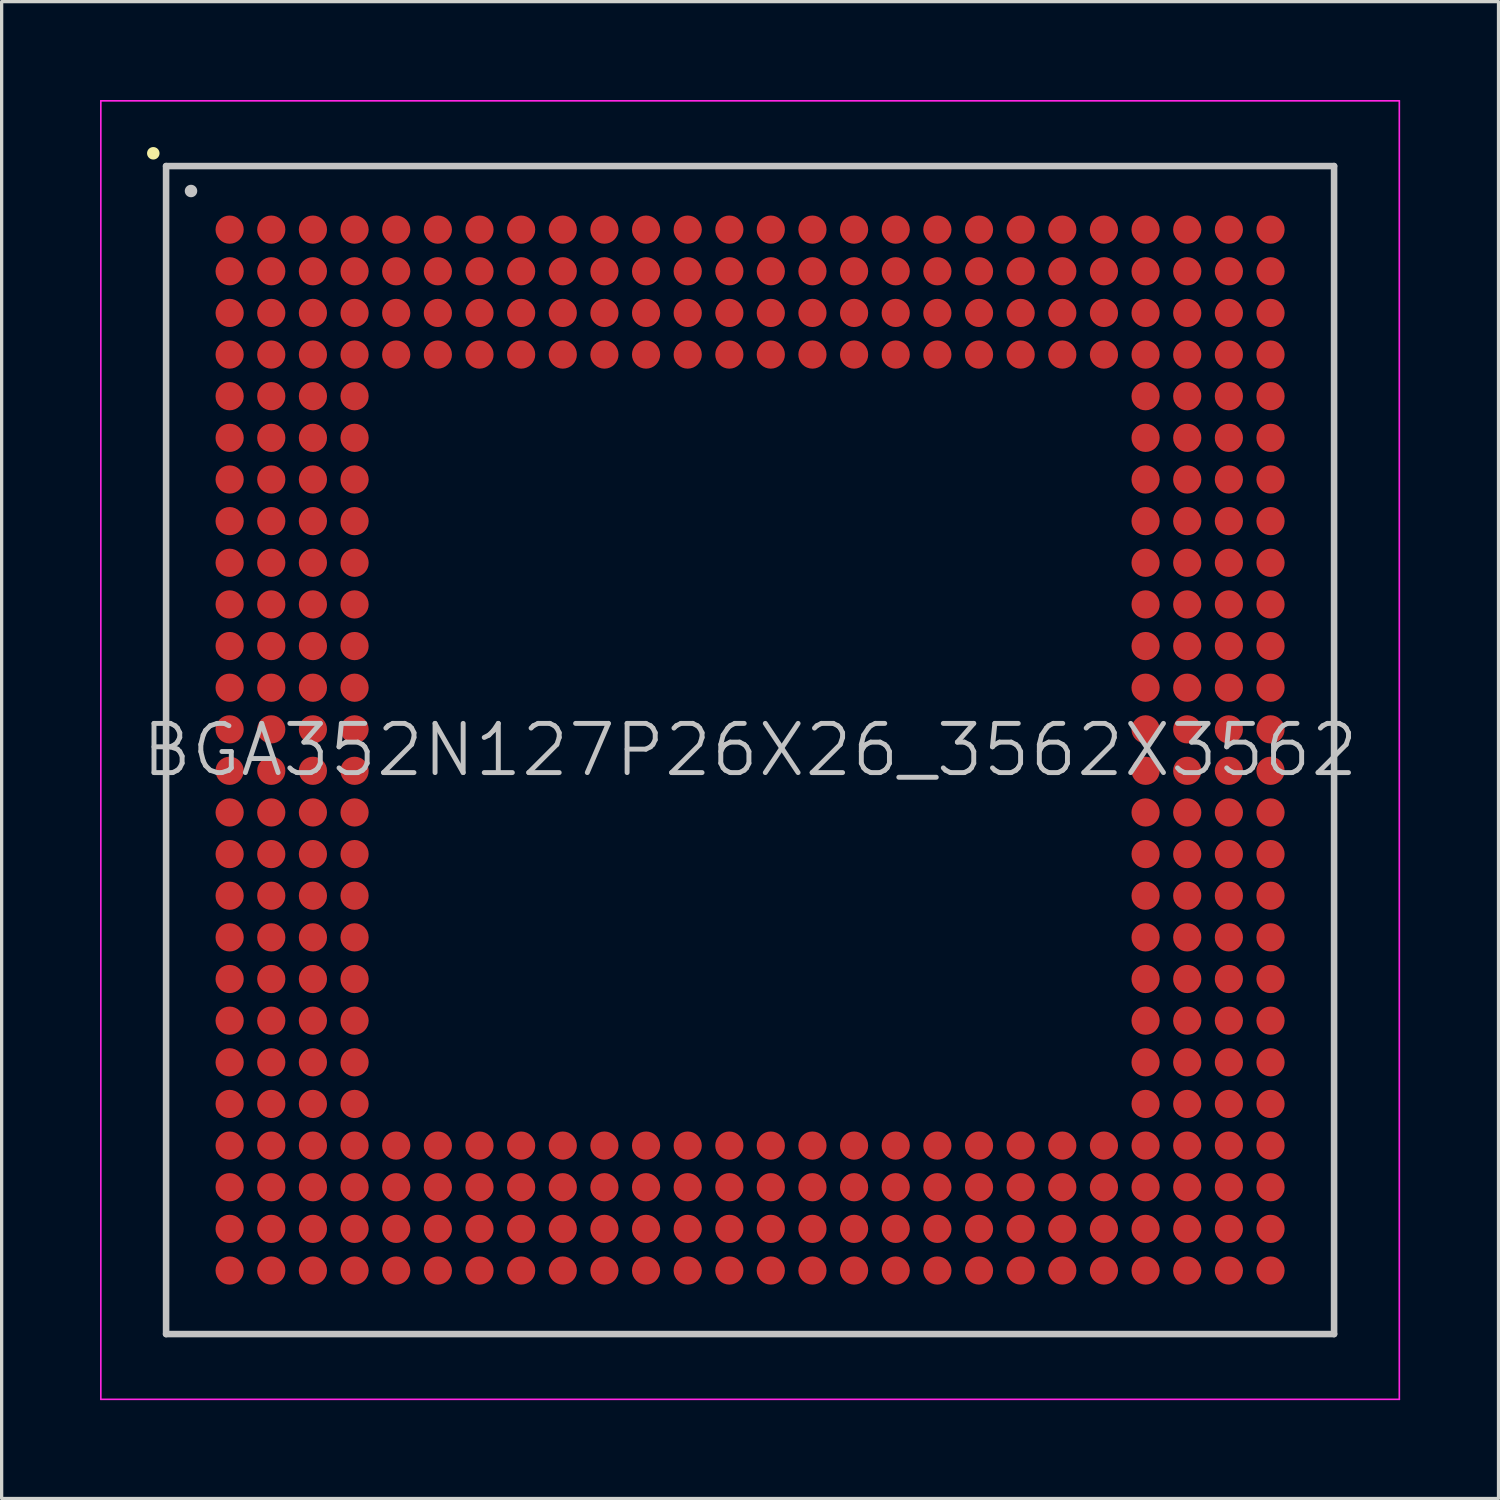
<source format=kicad_pcb>
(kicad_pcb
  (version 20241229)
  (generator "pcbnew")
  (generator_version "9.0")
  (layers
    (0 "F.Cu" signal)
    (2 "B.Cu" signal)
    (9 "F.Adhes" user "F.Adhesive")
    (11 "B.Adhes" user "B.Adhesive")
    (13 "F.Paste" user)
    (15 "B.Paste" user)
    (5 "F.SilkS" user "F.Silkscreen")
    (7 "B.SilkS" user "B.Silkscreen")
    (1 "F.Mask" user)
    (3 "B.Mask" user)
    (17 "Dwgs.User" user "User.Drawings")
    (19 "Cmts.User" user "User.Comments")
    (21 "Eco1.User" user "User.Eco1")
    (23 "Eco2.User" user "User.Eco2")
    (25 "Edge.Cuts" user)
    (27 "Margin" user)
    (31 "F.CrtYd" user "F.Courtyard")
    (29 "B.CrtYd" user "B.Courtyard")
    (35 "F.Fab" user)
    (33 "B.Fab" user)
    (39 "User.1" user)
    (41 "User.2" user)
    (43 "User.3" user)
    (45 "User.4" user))
  (footprint "BGA352N127P26X26_3562X3562"
    (layer "F.Cu")
    (at 19.825 19.825)
    (property "Reference" "BGA352N127P26X26_3562X3562" (at 0 0 0) (layer "Dwgs.User") (effects (font (size 1.5 1.5) (thickness 0.15))))
    (attr smd)
    (fp_line (start -18.2 -18.2) (end -18.2 -18.2) (stroke (width 0.381) (type solid)) (layer "F.SilkS"))
    (fp_line (start -17.81 -17.81) (end -17.81 17.81) (stroke (width 0.2) (type solid)) (layer "Dwgs.User"))
    (fp_line (start -17.81 -17.81) (end 17.81 -17.81) (stroke (width 0.2) (type solid)) (layer "Dwgs.User"))
    (fp_line (start -17.81 17.81) (end 17.81 17.81) (stroke (width 0.2) (type solid)) (layer "Dwgs.User"))
    (fp_line (start -17.05 -17.05) (end -17.05 -17.05) (stroke (width 0.381) (type solid)) (layer "Dwgs.User"))
    (fp_line (start 17.81 -17.81) (end 17.81 17.81) (stroke (width 0.2) (type solid)) (layer "Dwgs.User"))
    (fp_line (start -19.8 -19.8) (end -19.8 19.8) (stroke (width 0.05) (type solid)) (layer "F.CrtYd"))
    (fp_line (start -19.8 -19.8) (end 19.8 -19.8) (stroke (width 0.05) (type solid)) (layer "F.CrtYd"))
    (fp_line (start -19.8 19.8) (end 19.8 19.8) (stroke (width 0.05) (type solid)) (layer "F.CrtYd"))
    (fp_line (start 19.8 -19.8) (end 19.8 19.8) (stroke (width 0.05) (type solid)) (layer "F.CrtYd"))
    (pad "A1" smd circle (at -15.872 -15.872 270) (size 0.86 0.86) (layers "F.Cu" "F.Mask" "F.Paste"))
    (pad "A2" smd circle (at -14.602 -15.872 270) (size 0.86 0.86) (layers "F.Cu" "F.Mask" "F.Paste"))
    (pad "A3" smd circle (at -13.332 -15.872 270) (size 0.86 0.86) (layers "F.Cu" "F.Mask" "F.Paste"))
    (pad "A4" smd circle (at -12.062 -15.872 270) (size 0.86 0.86) (layers "F.Cu" "F.Mask" "F.Paste"))
    (pad "A5" smd circle (at -10.792 -15.872 270) (size 0.86 0.86) (layers "F.Cu" "F.Mask" "F.Paste"))
    (pad "A6" smd circle (at -9.522 -15.872 270) (size 0.86 0.86) (layers "F.Cu" "F.Mask" "F.Paste"))
    (pad "A7" smd circle (at -8.252 -15.872 270) (size 0.86 0.86) (layers "F.Cu" "F.Mask" "F.Paste"))
    (pad "A8" smd circle (at -6.982 -15.872 270) (size 0.86 0.86) (layers "F.Cu" "F.Mask" "F.Paste"))
    (pad "A9" smd circle (at -5.712 -15.872 270) (size 0.86 0.86) (layers "F.Cu" "F.Mask" "F.Paste"))
    (pad "A10" smd circle (at -4.442 -15.872 270) (size 0.86 0.86) (layers "F.Cu" "F.Mask" "F.Paste"))
    (pad "A11" smd circle (at -3.172 -15.872 270) (size 0.86 0.86) (layers "F.Cu" "F.Mask" "F.Paste"))
    (pad "A12" smd circle (at -1.902 -15.872 270) (size 0.86 0.86) (layers "F.Cu" "F.Mask" "F.Paste"))
    (pad "A13" smd circle (at -0.632 -15.872 270) (size 0.86 0.86) (layers "F.Cu" "F.Mask" "F.Paste"))
    (pad "A14" smd circle (at 0.632 -15.872 270) (size 0.86 0.86) (layers "F.Cu" "F.Mask" "F.Paste"))
    (pad "A15" smd circle (at 1.902 -15.872 270) (size 0.86 0.86) (layers "F.Cu" "F.Mask" "F.Paste"))
    (pad "A16" smd circle (at 3.172 -15.872 270) (size 0.86 0.86) (layers "F.Cu" "F.Mask" "F.Paste"))
    (pad "A17" smd circle (at 4.442 -15.872 270) (size 0.86 0.86) (layers "F.Cu" "F.Mask" "F.Paste"))
    (pad "A18" smd circle (at 5.712 -15.872 270) (size 0.86 0.86) (layers "F.Cu" "F.Mask" "F.Paste"))
    (pad "A19" smd circle (at 6.982 -15.872 270) (size 0.86 0.86) (layers "F.Cu" "F.Mask" "F.Paste"))
    (pad "A20" smd circle (at 8.252 -15.872 270) (size 0.86 0.86) (layers "F.Cu" "F.Mask" "F.Paste"))
    (pad "A21" smd circle (at 9.522 -15.872 270) (size 0.86 0.86) (layers "F.Cu" "F.Mask" "F.Paste"))
    (pad "A22" smd circle (at 10.792 -15.872 270) (size 0.86 0.86) (layers "F.Cu" "F.Mask" "F.Paste"))
    (pad "A23" smd circle (at 12.062 -15.872 270) (size 0.86 0.86) (layers "F.Cu" "F.Mask" "F.Paste"))
    (pad "A24" smd circle (at 13.332 -15.872 270) (size 0.86 0.86) (layers "F.Cu" "F.Mask" "F.Paste"))
    (pad "A25" smd circle (at 14.602 -15.872 270) (size 0.86 0.86) (layers "F.Cu" "F.Mask" "F.Paste"))
    (pad "A26" smd circle (at 15.872 -15.872 270) (size 0.86 0.86) (layers "F.Cu" "F.Mask" "F.Paste"))
    (pad "AA1" smd circle (at -15.872 9.522 270) (size 0.86 0.86) (layers "F.Cu" "F.Mask" "F.Paste"))
    (pad "AA2" smd circle (at -14.602 9.522 270) (size 0.86 0.86) (layers "F.Cu" "F.Mask" "F.Paste"))
    (pad "AA3" smd circle (at -13.332 9.522 270) (size 0.86 0.86) (layers "F.Cu" "F.Mask" "F.Paste"))
    (pad "AA4" smd circle (at -12.062 9.522 270) (size 0.86 0.86) (layers "F.Cu" "F.Mask" "F.Paste"))
    (pad "AA23" smd circle (at 12.062 9.522 270) (size 0.86 0.86) (layers "F.Cu" "F.Mask" "F.Paste"))
    (pad "AA24" smd circle (at 13.332 9.522 270) (size 0.86 0.86) (layers "F.Cu" "F.Mask" "F.Paste"))
    (pad "AA25" smd circle (at 14.602 9.522 270) (size 0.86 0.86) (layers "F.Cu" "F.Mask" "F.Paste"))
    (pad "AA26" smd circle (at 15.872 9.522 270) (size 0.86 0.86) (layers "F.Cu" "F.Mask" "F.Paste"))
    (pad "AB1" smd circle (at -15.872 10.792 270) (size 0.86 0.86) (layers "F.Cu" "F.Mask" "F.Paste"))
    (pad "AB2" smd circle (at -14.602 10.792 270) (size 0.86 0.86) (layers "F.Cu" "F.Mask" "F.Paste"))
    (pad "AB3" smd circle (at -13.332 10.792 270) (size 0.86 0.86) (layers "F.Cu" "F.Mask" "F.Paste"))
    (pad "AB4" smd circle (at -12.062 10.792 270) (size 0.86 0.86) (layers "F.Cu" "F.Mask" "F.Paste"))
    (pad "AB23" smd circle (at 12.062 10.792 270) (size 0.86 0.86) (layers "F.Cu" "F.Mask" "F.Paste"))
    (pad "AB24" smd circle (at 13.332 10.792 270) (size 0.86 0.86) (layers "F.Cu" "F.Mask" "F.Paste"))
    (pad "AB25" smd circle (at 14.602 10.792 270) (size 0.86 0.86) (layers "F.Cu" "F.Mask" "F.Paste"))
    (pad "AB26" smd circle (at 15.872 10.792 270) (size 0.86 0.86) (layers "F.Cu" "F.Mask" "F.Paste"))
    (pad "AC1" smd circle (at -15.872 12.062 270) (size 0.86 0.86) (layers "F.Cu" "F.Mask" "F.Paste"))
    (pad "AC2" smd circle (at -14.602 12.062 270) (size 0.86 0.86) (layers "F.Cu" "F.Mask" "F.Paste"))
    (pad "AC3" smd circle (at -13.332 12.062 270) (size 0.86 0.86) (layers "F.Cu" "F.Mask" "F.Paste"))
    (pad "AC4" smd circle (at -12.062 12.062 270) (size 0.86 0.86) (layers "F.Cu" "F.Mask" "F.Paste"))
    (pad "AC5" smd circle (at -10.792 12.062 270) (size 0.86 0.86) (layers "F.Cu" "F.Mask" "F.Paste"))
    (pad "AC6" smd circle (at -9.522 12.062 270) (size 0.86 0.86) (layers "F.Cu" "F.Mask" "F.Paste"))
    (pad "AC7" smd circle (at -8.252 12.062 270) (size 0.86 0.86) (layers "F.Cu" "F.Mask" "F.Paste"))
    (pad "AC8" smd circle (at -6.982 12.062 270) (size 0.86 0.86) (layers "F.Cu" "F.Mask" "F.Paste"))
    (pad "AC9" smd circle (at -5.712 12.062 270) (size 0.86 0.86) (layers "F.Cu" "F.Mask" "F.Paste"))
    (pad "AC10" smd circle (at -4.442 12.062 270) (size 0.86 0.86) (layers "F.Cu" "F.Mask" "F.Paste"))
    (pad "AC11" smd circle (at -3.172 12.062 270) (size 0.86 0.86) (layers "F.Cu" "F.Mask" "F.Paste"))
    (pad "AC12" smd circle (at -1.902 12.062 270) (size 0.86 0.86) (layers "F.Cu" "F.Mask" "F.Paste"))
    (pad "AC13" smd circle (at -0.632 12.062 270) (size 0.86 0.86) (layers "F.Cu" "F.Mask" "F.Paste"))
    (pad "AC14" smd circle (at 0.632 12.062 270) (size 0.86 0.86) (layers "F.Cu" "F.Mask" "F.Paste"))
    (pad "AC15" smd circle (at 1.902 12.062 270) (size 0.86 0.86) (layers "F.Cu" "F.Mask" "F.Paste"))
    (pad "AC16" smd circle (at 3.172 12.062 270) (size 0.86 0.86) (layers "F.Cu" "F.Mask" "F.Paste"))
    (pad "AC17" smd circle (at 4.442 12.062 270) (size 0.86 0.86) (layers "F.Cu" "F.Mask" "F.Paste"))
    (pad "AC18" smd circle (at 5.712 12.062 270) (size 0.86 0.86) (layers "F.Cu" "F.Mask" "F.Paste"))
    (pad "AC19" smd circle (at 6.982 12.062 270) (size 0.86 0.86) (layers "F.Cu" "F.Mask" "F.Paste"))
    (pad "AC20" smd circle (at 8.252 12.062 270) (size 0.86 0.86) (layers "F.Cu" "F.Mask" "F.Paste"))
    (pad "AC21" smd circle (at 9.522 12.062 270) (size 0.86 0.86) (layers "F.Cu" "F.Mask" "F.Paste"))
    (pad "AC22" smd circle (at 10.792 12.062 270) (size 0.86 0.86) (layers "F.Cu" "F.Mask" "F.Paste"))
    (pad "AC23" smd circle (at 12.062 12.062 270) (size 0.86 0.86) (layers "F.Cu" "F.Mask" "F.Paste"))
    (pad "AC24" smd circle (at 13.332 12.062 270) (size 0.86 0.86) (layers "F.Cu" "F.Mask" "F.Paste"))
    (pad "AC25" smd circle (at 14.602 12.062 270) (size 0.86 0.86) (layers "F.Cu" "F.Mask" "F.Paste"))
    (pad "AC26" smd circle (at 15.872 12.062 270) (size 0.86 0.86) (layers "F.Cu" "F.Mask" "F.Paste"))
    (pad "AD1" smd circle (at -15.872 13.332 270) (size 0.86 0.86) (layers "F.Cu" "F.Mask" "F.Paste"))
    (pad "AD2" smd circle (at -14.602 13.332 270) (size 0.86 0.86) (layers "F.Cu" "F.Mask" "F.Paste"))
    (pad "AD3" smd circle (at -13.332 13.332 270) (size 0.86 0.86) (layers "F.Cu" "F.Mask" "F.Paste"))
    (pad "AD4" smd circle (at -12.062 13.332 270) (size 0.86 0.86) (layers "F.Cu" "F.Mask" "F.Paste"))
    (pad "AD5" smd circle (at -10.792 13.332 270) (size 0.86 0.86) (layers "F.Cu" "F.Mask" "F.Paste"))
    (pad "AD6" smd circle (at -9.522 13.332 270) (size 0.86 0.86) (layers "F.Cu" "F.Mask" "F.Paste"))
    (pad "AD7" smd circle (at -8.252 13.332 270) (size 0.86 0.86) (layers "F.Cu" "F.Mask" "F.Paste"))
    (pad "AD8" smd circle (at -6.982 13.332 270) (size 0.86 0.86) (layers "F.Cu" "F.Mask" "F.Paste"))
    (pad "AD9" smd circle (at -5.712 13.332 270) (size 0.86 0.86) (layers "F.Cu" "F.Mask" "F.Paste"))
    (pad "AD10" smd circle (at -4.442 13.332 270) (size 0.86 0.86) (layers "F.Cu" "F.Mask" "F.Paste"))
    (pad "AD11" smd circle (at -3.172 13.332 270) (size 0.86 0.86) (layers "F.Cu" "F.Mask" "F.Paste"))
    (pad "AD12" smd circle (at -1.902 13.332 270) (size 0.86 0.86) (layers "F.Cu" "F.Mask" "F.Paste"))
    (pad "AD13" smd circle (at -0.632 13.332 270) (size 0.86 0.86) (layers "F.Cu" "F.Mask" "F.Paste"))
    (pad "AD14" smd circle (at 0.632 13.332 270) (size 0.86 0.86) (layers "F.Cu" "F.Mask" "F.Paste"))
    (pad "AD15" smd circle (at 1.902 13.332 270) (size 0.86 0.86) (layers "F.Cu" "F.Mask" "F.Paste"))
    (pad "AD16" smd circle (at 3.172 13.332 270) (size 0.86 0.86) (layers "F.Cu" "F.Mask" "F.Paste"))
    (pad "AD17" smd circle (at 4.442 13.332 270) (size 0.86 0.86) (layers "F.Cu" "F.Mask" "F.Paste"))
    (pad "AD18" smd circle (at 5.712 13.332 270) (size 0.86 0.86) (layers "F.Cu" "F.Mask" "F.Paste"))
    (pad "AD19" smd circle (at 6.982 13.332 270) (size 0.86 0.86) (layers "F.Cu" "F.Mask" "F.Paste"))
    (pad "AD20" smd circle (at 8.252 13.332 270) (size 0.86 0.86) (layers "F.Cu" "F.Mask" "F.Paste"))
    (pad "AD21" smd circle (at 9.522 13.332 270) (size 0.86 0.86) (layers "F.Cu" "F.Mask" "F.Paste"))
    (pad "AD22" smd circle (at 10.792 13.332 270) (size 0.86 0.86) (layers "F.Cu" "F.Mask" "F.Paste"))
    (pad "AD23" smd circle (at 12.062 13.332 270) (size 0.86 0.86) (layers "F.Cu" "F.Mask" "F.Paste"))
    (pad "AD24" smd circle (at 13.332 13.332 270) (size 0.86 0.86) (layers "F.Cu" "F.Mask" "F.Paste"))
    (pad "AD25" smd circle (at 14.602 13.332 270) (size 0.86 0.86) (layers "F.Cu" "F.Mask" "F.Paste"))
    (pad "AD26" smd circle (at 15.872 13.332 270) (size 0.86 0.86) (layers "F.Cu" "F.Mask" "F.Paste"))
    (pad "AE1" smd circle (at -15.872 14.602 270) (size 0.86 0.86) (layers "F.Cu" "F.Mask" "F.Paste"))
    (pad "AE2" smd circle (at -14.602 14.602 270) (size 0.86 0.86) (layers "F.Cu" "F.Mask" "F.Paste"))
    (pad "AE3" smd circle (at -13.332 14.602 270) (size 0.86 0.86) (layers "F.Cu" "F.Mask" "F.Paste"))
    (pad "AE4" smd circle (at -12.062 14.602 270) (size 0.86 0.86) (layers "F.Cu" "F.Mask" "F.Paste"))
    (pad "AE5" smd circle (at -10.792 14.602 270) (size 0.86 0.86) (layers "F.Cu" "F.Mask" "F.Paste"))
    (pad "AE6" smd circle (at -9.522 14.602 270) (size 0.86 0.86) (layers "F.Cu" "F.Mask" "F.Paste"))
    (pad "AE7" smd circle (at -8.252 14.602 270) (size 0.86 0.86) (layers "F.Cu" "F.Mask" "F.Paste"))
    (pad "AE8" smd circle (at -6.982 14.602 270) (size 0.86 0.86) (layers "F.Cu" "F.Mask" "F.Paste"))
    (pad "AE9" smd circle (at -5.712 14.602 270) (size 0.86 0.86) (layers "F.Cu" "F.Mask" "F.Paste"))
    (pad "AE10" smd circle (at -4.442 14.602 270) (size 0.86 0.86) (layers "F.Cu" "F.Mask" "F.Paste"))
    (pad "AE11" smd circle (at -3.172 14.602 270) (size 0.86 0.86) (layers "F.Cu" "F.Mask" "F.Paste"))
    (pad "AE12" smd circle (at -1.902 14.602 270) (size 0.86 0.86) (layers "F.Cu" "F.Mask" "F.Paste"))
    (pad "AE13" smd circle (at -0.632 14.602 270) (size 0.86 0.86) (layers "F.Cu" "F.Mask" "F.Paste"))
    (pad "AE14" smd circle (at 0.632 14.602 270) (size 0.86 0.86) (layers "F.Cu" "F.Mask" "F.Paste"))
    (pad "AE15" smd circle (at 1.902 14.602 270) (size 0.86 0.86) (layers "F.Cu" "F.Mask" "F.Paste"))
    (pad "AE16" smd circle (at 3.172 14.602 270) (size 0.86 0.86) (layers "F.Cu" "F.Mask" "F.Paste"))
    (pad "AE17" smd circle (at 4.442 14.602 270) (size 0.86 0.86) (layers "F.Cu" "F.Mask" "F.Paste"))
    (pad "AE18" smd circle (at 5.712 14.602 270) (size 0.86 0.86) (layers "F.Cu" "F.Mask" "F.Paste"))
    (pad "AE19" smd circle (at 6.982 14.602 270) (size 0.86 0.86) (layers "F.Cu" "F.Mask" "F.Paste"))
    (pad "AE20" smd circle (at 8.252 14.602 270) (size 0.86 0.86) (layers "F.Cu" "F.Mask" "F.Paste"))
    (pad "AE21" smd circle (at 9.522 14.602 270) (size 0.86 0.86) (layers "F.Cu" "F.Mask" "F.Paste"))
    (pad "AE22" smd circle (at 10.792 14.602 270) (size 0.86 0.86) (layers "F.Cu" "F.Mask" "F.Paste"))
    (pad "AE23" smd circle (at 12.062 14.602 270) (size 0.86 0.86) (layers "F.Cu" "F.Mask" "F.Paste"))
    (pad "AE24" smd circle (at 13.332 14.602 270) (size 0.86 0.86) (layers "F.Cu" "F.Mask" "F.Paste"))
    (pad "AE25" smd circle (at 14.602 14.602 270) (size 0.86 0.86) (layers "F.Cu" "F.Mask" "F.Paste"))
    (pad "AE26" smd circle (at 15.872 14.602 270) (size 0.86 0.86) (layers "F.Cu" "F.Mask" "F.Paste"))
    (pad "AF1" smd circle (at -15.872 15.872 270) (size 0.86 0.86) (layers "F.Cu" "F.Mask" "F.Paste"))
    (pad "AF2" smd circle (at -14.602 15.872 270) (size 0.86 0.86) (layers "F.Cu" "F.Mask" "F.Paste"))
    (pad "AF3" smd circle (at -13.332 15.872 270) (size 0.86 0.86) (layers "F.Cu" "F.Mask" "F.Paste"))
    (pad "AF4" smd circle (at -12.062 15.872 270) (size 0.86 0.86) (layers "F.Cu" "F.Mask" "F.Paste"))
    (pad "AF5" smd circle (at -10.792 15.872 270) (size 0.86 0.86) (layers "F.Cu" "F.Mask" "F.Paste"))
    (pad "AF6" smd circle (at -9.522 15.872 270) (size 0.86 0.86) (layers "F.Cu" "F.Mask" "F.Paste"))
    (pad "AF7" smd circle (at -8.252 15.872 270) (size 0.86 0.86) (layers "F.Cu" "F.Mask" "F.Paste"))
    (pad "AF8" smd circle (at -6.982 15.872 270) (size 0.86 0.86) (layers "F.Cu" "F.Mask" "F.Paste"))
    (pad "AF9" smd circle (at -5.712 15.872 270) (size 0.86 0.86) (layers "F.Cu" "F.Mask" "F.Paste"))
    (pad "AF10" smd circle (at -4.442 15.872 270) (size 0.86 0.86) (layers "F.Cu" "F.Mask" "F.Paste"))
    (pad "AF11" smd circle (at -3.172 15.872 270) (size 0.86 0.86) (layers "F.Cu" "F.Mask" "F.Paste"))
    (pad "AF12" smd circle (at -1.902 15.872 270) (size 0.86 0.86) (layers "F.Cu" "F.Mask" "F.Paste"))
    (pad "AF13" smd circle (at -0.632 15.872 270) (size 0.86 0.86) (layers "F.Cu" "F.Mask" "F.Paste"))
    (pad "AF14" smd circle (at 0.632 15.872 270) (size 0.86 0.86) (layers "F.Cu" "F.Mask" "F.Paste"))
    (pad "AF15" smd circle (at 1.902 15.872 270) (size 0.86 0.86) (layers "F.Cu" "F.Mask" "F.Paste"))
    (pad "AF16" smd circle (at 3.172 15.872 270) (size 0.86 0.86) (layers "F.Cu" "F.Mask" "F.Paste"))
    (pad "AF17" smd circle (at 4.442 15.872 270) (size 0.86 0.86) (layers "F.Cu" "F.Mask" "F.Paste"))
    (pad "AF18" smd circle (at 5.712 15.872 270) (size 0.86 0.86) (layers "F.Cu" "F.Mask" "F.Paste"))
    (pad "AF19" smd circle (at 6.982 15.872 270) (size 0.86 0.86) (layers "F.Cu" "F.Mask" "F.Paste"))
    (pad "AF20" smd circle (at 8.252 15.872 270) (size 0.86 0.86) (layers "F.Cu" "F.Mask" "F.Paste"))
    (pad "AF21" smd circle (at 9.522 15.872 270) (size 0.86 0.86) (layers "F.Cu" "F.Mask" "F.Paste"))
    (pad "AF22" smd circle (at 10.792 15.872 270) (size 0.86 0.86) (layers "F.Cu" "F.Mask" "F.Paste"))
    (pad "AF23" smd circle (at 12.062 15.872 270) (size 0.86 0.86) (layers "F.Cu" "F.Mask" "F.Paste"))
    (pad "AF24" smd circle (at 13.332 15.872 270) (size 0.86 0.86) (layers "F.Cu" "F.Mask" "F.Paste"))
    (pad "AF25" smd circle (at 14.602 15.872 270) (size 0.86 0.86) (layers "F.Cu" "F.Mask" "F.Paste"))
    (pad "AF26" smd circle (at 15.872 15.872 270) (size 0.86 0.86) (layers "F.Cu" "F.Mask" "F.Paste"))
    (pad "B1" smd circle (at -15.872 -14.602 270) (size 0.86 0.86) (layers "F.Cu" "F.Mask" "F.Paste"))
    (pad "B2" smd circle (at -14.602 -14.602 270) (size 0.86 0.86) (layers "F.Cu" "F.Mask" "F.Paste"))
    (pad "B3" smd circle (at -13.332 -14.602 270) (size 0.86 0.86) (layers "F.Cu" "F.Mask" "F.Paste"))
    (pad "B4" smd circle (at -12.062 -14.602 270) (size 0.86 0.86) (layers "F.Cu" "F.Mask" "F.Paste"))
    (pad "B5" smd circle (at -10.792 -14.602 270) (size 0.86 0.86) (layers "F.Cu" "F.Mask" "F.Paste"))
    (pad "B6" smd circle (at -9.522 -14.602 270) (size 0.86 0.86) (layers "F.Cu" "F.Mask" "F.Paste"))
    (pad "B7" smd circle (at -8.252 -14.602 270) (size 0.86 0.86) (layers "F.Cu" "F.Mask" "F.Paste"))
    (pad "B8" smd circle (at -6.982 -14.602 270) (size 0.86 0.86) (layers "F.Cu" "F.Mask" "F.Paste"))
    (pad "B9" smd circle (at -5.712 -14.602 270) (size 0.86 0.86) (layers "F.Cu" "F.Mask" "F.Paste"))
    (pad "B10" smd circle (at -4.442 -14.602 270) (size 0.86 0.86) (layers "F.Cu" "F.Mask" "F.Paste"))
    (pad "B11" smd circle (at -3.172 -14.602 270) (size 0.86 0.86) (layers "F.Cu" "F.Mask" "F.Paste"))
    (pad "B12" smd circle (at -1.902 -14.602 270) (size 0.86 0.86) (layers "F.Cu" "F.Mask" "F.Paste"))
    (pad "B13" smd circle (at -0.632 -14.602 270) (size 0.86 0.86) (layers "F.Cu" "F.Mask" "F.Paste"))
    (pad "B14" smd circle (at 0.632 -14.602 270) (size 0.86 0.86) (layers "F.Cu" "F.Mask" "F.Paste"))
    (pad "B15" smd circle (at 1.902 -14.602 270) (size 0.86 0.86) (layers "F.Cu" "F.Mask" "F.Paste"))
    (pad "B16" smd circle (at 3.172 -14.602 270) (size 0.86 0.86) (layers "F.Cu" "F.Mask" "F.Paste"))
    (pad "B17" smd circle (at 4.442 -14.602 270) (size 0.86 0.86) (layers "F.Cu" "F.Mask" "F.Paste"))
    (pad "B18" smd circle (at 5.712 -14.602 270) (size 0.86 0.86) (layers "F.Cu" "F.Mask" "F.Paste"))
    (pad "B19" smd circle (at 6.982 -14.602 270) (size 0.86 0.86) (layers "F.Cu" "F.Mask" "F.Paste"))
    (pad "B20" smd circle (at 8.252 -14.602 270) (size 0.86 0.86) (layers "F.Cu" "F.Mask" "F.Paste"))
    (pad "B21" smd circle (at 9.522 -14.602 270) (size 0.86 0.86) (layers "F.Cu" "F.Mask" "F.Paste"))
    (pad "B22" smd circle (at 10.792 -14.602 270) (size 0.86 0.86) (layers "F.Cu" "F.Mask" "F.Paste"))
    (pad "B23" smd circle (at 12.062 -14.602 270) (size 0.86 0.86) (layers "F.Cu" "F.Mask" "F.Paste"))
    (pad "B24" smd circle (at 13.332 -14.602 270) (size 0.86 0.86) (layers "F.Cu" "F.Mask" "F.Paste"))
    (pad "B25" smd circle (at 14.602 -14.602 270) (size 0.86 0.86) (layers "F.Cu" "F.Mask" "F.Paste"))
    (pad "B26" smd circle (at 15.872 -14.602 270) (size 0.86 0.86) (layers "F.Cu" "F.Mask" "F.Paste"))
    (pad "C1" smd circle (at -15.872 -13.332 270) (size 0.86 0.86) (layers "F.Cu" "F.Mask" "F.Paste"))
    (pad "C2" smd circle (at -14.602 -13.332 270) (size 0.86 0.86) (layers "F.Cu" "F.Mask" "F.Paste"))
    (pad "C3" smd circle (at -13.332 -13.332 270) (size 0.86 0.86) (layers "F.Cu" "F.Mask" "F.Paste"))
    (pad "C4" smd circle (at -12.062 -13.332 270) (size 0.86 0.86) (layers "F.Cu" "F.Mask" "F.Paste"))
    (pad "C5" smd circle (at -10.792 -13.332 270) (size 0.86 0.86) (layers "F.Cu" "F.Mask" "F.Paste"))
    (pad "C6" smd circle (at -9.522 -13.332 270) (size 0.86 0.86) (layers "F.Cu" "F.Mask" "F.Paste"))
    (pad "C7" smd circle (at -8.252 -13.332 270) (size 0.86 0.86) (layers "F.Cu" "F.Mask" "F.Paste"))
    (pad "C8" smd circle (at -6.982 -13.332 270) (size 0.86 0.86) (layers "F.Cu" "F.Mask" "F.Paste"))
    (pad "C9" smd circle (at -5.712 -13.332 270) (size 0.86 0.86) (layers "F.Cu" "F.Mask" "F.Paste"))
    (pad "C10" smd circle (at -4.442 -13.332 270) (size 0.86 0.86) (layers "F.Cu" "F.Mask" "F.Paste"))
    (pad "C11" smd circle (at -3.172 -13.332 270) (size 0.86 0.86) (layers "F.Cu" "F.Mask" "F.Paste"))
    (pad "C12" smd circle (at -1.902 -13.332 270) (size 0.86 0.86) (layers "F.Cu" "F.Mask" "F.Paste"))
    (pad "C13" smd circle (at -0.632 -13.332 270) (size 0.86 0.86) (layers "F.Cu" "F.Mask" "F.Paste"))
    (pad "C14" smd circle (at 0.632 -13.332 270) (size 0.86 0.86) (layers "F.Cu" "F.Mask" "F.Paste"))
    (pad "C15" smd circle (at 1.902 -13.332 270) (size 0.86 0.86) (layers "F.Cu" "F.Mask" "F.Paste"))
    (pad "C16" smd circle (at 3.172 -13.332 270) (size 0.86 0.86) (layers "F.Cu" "F.Mask" "F.Paste"))
    (pad "C17" smd circle (at 4.442 -13.332 270) (size 0.86 0.86) (layers "F.Cu" "F.Mask" "F.Paste"))
    (pad "C18" smd circle (at 5.712 -13.332 270) (size 0.86 0.86) (layers "F.Cu" "F.Mask" "F.Paste"))
    (pad "C19" smd circle (at 6.982 -13.332 270) (size 0.86 0.86) (layers "F.Cu" "F.Mask" "F.Paste"))
    (pad "C20" smd circle (at 8.252 -13.332 270) (size 0.86 0.86) (layers "F.Cu" "F.Mask" "F.Paste"))
    (pad "C21" smd circle (at 9.522 -13.332 270) (size 0.86 0.86) (layers "F.Cu" "F.Mask" "F.Paste"))
    (pad "C22" smd circle (at 10.792 -13.332 270) (size 0.86 0.86) (layers "F.Cu" "F.Mask" "F.Paste"))
    (pad "C23" smd circle (at 12.062 -13.332 270) (size 0.86 0.86) (layers "F.Cu" "F.Mask" "F.Paste"))
    (pad "C24" smd circle (at 13.332 -13.332 270) (size 0.86 0.86) (layers "F.Cu" "F.Mask" "F.Paste"))
    (pad "C25" smd circle (at 14.602 -13.332 270) (size 0.86 0.86) (layers "F.Cu" "F.Mask" "F.Paste"))
    (pad "C26" smd circle (at 15.872 -13.332 270) (size 0.86 0.86) (layers "F.Cu" "F.Mask" "F.Paste"))
    (pad "D1" smd circle (at -15.872 -12.062 270) (size 0.86 0.86) (layers "F.Cu" "F.Mask" "F.Paste"))
    (pad "D2" smd circle (at -14.602 -12.062 270) (size 0.86 0.86) (layers "F.Cu" "F.Mask" "F.Paste"))
    (pad "D3" smd circle (at -13.332 -12.062 270) (size 0.86 0.86) (layers "F.Cu" "F.Mask" "F.Paste"))
    (pad "D4" smd circle (at -12.062 -12.062 270) (size 0.86 0.86) (layers "F.Cu" "F.Mask" "F.Paste"))
    (pad "D5" smd circle (at -10.792 -12.062 270) (size 0.86 0.86) (layers "F.Cu" "F.Mask" "F.Paste"))
    (pad "D6" smd circle (at -9.522 -12.062 270) (size 0.86 0.86) (layers "F.Cu" "F.Mask" "F.Paste"))
    (pad "D7" smd circle (at -8.252 -12.062 270) (size 0.86 0.86) (layers "F.Cu" "F.Mask" "F.Paste"))
    (pad "D8" smd circle (at -6.982 -12.062 270) (size 0.86 0.86) (layers "F.Cu" "F.Mask" "F.Paste"))
    (pad "D9" smd circle (at -5.712 -12.062 270) (size 0.86 0.86) (layers "F.Cu" "F.Mask" "F.Paste"))
    (pad "D10" smd circle (at -4.442 -12.062 270) (size 0.86 0.86) (layers "F.Cu" "F.Mask" "F.Paste"))
    (pad "D11" smd circle (at -3.172 -12.062 270) (size 0.86 0.86) (layers "F.Cu" "F.Mask" "F.Paste"))
    (pad "D12" smd circle (at -1.902 -12.062 270) (size 0.86 0.86) (layers "F.Cu" "F.Mask" "F.Paste"))
    (pad "D13" smd circle (at -0.632 -12.062 270) (size 0.86 0.86) (layers "F.Cu" "F.Mask" "F.Paste"))
    (pad "D14" smd circle (at 0.632 -12.062 270) (size 0.86 0.86) (layers "F.Cu" "F.Mask" "F.Paste"))
    (pad "D15" smd circle (at 1.902 -12.062 270) (size 0.86 0.86) (layers "F.Cu" "F.Mask" "F.Paste"))
    (pad "D16" smd circle (at 3.172 -12.062 270) (size 0.86 0.86) (layers "F.Cu" "F.Mask" "F.Paste"))
    (pad "D17" smd circle (at 4.442 -12.062 270) (size 0.86 0.86) (layers "F.Cu" "F.Mask" "F.Paste"))
    (pad "D18" smd circle (at 5.712 -12.062 270) (size 0.86 0.86) (layers "F.Cu" "F.Mask" "F.Paste"))
    (pad "D19" smd circle (at 6.982 -12.062 270) (size 0.86 0.86) (layers "F.Cu" "F.Mask" "F.Paste"))
    (pad "D20" smd circle (at 8.252 -12.062 270) (size 0.86 0.86) (layers "F.Cu" "F.Mask" "F.Paste"))
    (pad "D21" smd circle (at 9.522 -12.062 270) (size 0.86 0.86) (layers "F.Cu" "F.Mask" "F.Paste"))
    (pad "D22" smd circle (at 10.792 -12.062 270) (size 0.86 0.86) (layers "F.Cu" "F.Mask" "F.Paste"))
    (pad "D23" smd circle (at 12.062 -12.062 270) (size 0.86 0.86) (layers "F.Cu" "F.Mask" "F.Paste"))
    (pad "D24" smd circle (at 13.332 -12.062 270) (size 0.86 0.86) (layers "F.Cu" "F.Mask" "F.Paste"))
    (pad "D25" smd circle (at 14.602 -12.062 270) (size 0.86 0.86) (layers "F.Cu" "F.Mask" "F.Paste"))
    (pad "D26" smd circle (at 15.872 -12.062 270) (size 0.86 0.86) (layers "F.Cu" "F.Mask" "F.Paste"))
    (pad "E1" smd circle (at -15.872 -10.792 270) (size 0.86 0.86) (layers "F.Cu" "F.Mask" "F.Paste"))
    (pad "E2" smd circle (at -14.602 -10.792 270) (size 0.86 0.86) (layers "F.Cu" "F.Mask" "F.Paste"))
    (pad "E3" smd circle (at -13.332 -10.792 270) (size 0.86 0.86) (layers "F.Cu" "F.Mask" "F.Paste"))
    (pad "E4" smd circle (at -12.062 -10.792 270) (size 0.86 0.86) (layers "F.Cu" "F.Mask" "F.Paste"))
    (pad "E23" smd circle (at 12.062 -10.792 270) (size 0.86 0.86) (layers "F.Cu" "F.Mask" "F.Paste"))
    (pad "E24" smd circle (at 13.332 -10.792 270) (size 0.86 0.86) (layers "F.Cu" "F.Mask" "F.Paste"))
    (pad "E25" smd circle (at 14.602 -10.792 270) (size 0.86 0.86) (layers "F.Cu" "F.Mask" "F.Paste"))
    (pad "E26" smd circle (at 15.872 -10.792 270) (size 0.86 0.86) (layers "F.Cu" "F.Mask" "F.Paste"))
    (pad "F1" smd circle (at -15.872 -9.522 270) (size 0.86 0.86) (layers "F.Cu" "F.Mask" "F.Paste"))
    (pad "F2" smd circle (at -14.602 -9.522 270) (size 0.86 0.86) (layers "F.Cu" "F.Mask" "F.Paste"))
    (pad "F3" smd circle (at -13.332 -9.522 270) (size 0.86 0.86) (layers "F.Cu" "F.Mask" "F.Paste"))
    (pad "F4" smd circle (at -12.062 -9.522 270) (size 0.86 0.86) (layers "F.Cu" "F.Mask" "F.Paste"))
    (pad "F23" smd circle (at 12.062 -9.522 270) (size 0.86 0.86) (layers "F.Cu" "F.Mask" "F.Paste"))
    (pad "F24" smd circle (at 13.332 -9.522 270) (size 0.86 0.86) (layers "F.Cu" "F.Mask" "F.Paste"))
    (pad "F25" smd circle (at 14.602 -9.522 270) (size 0.86 0.86) (layers "F.Cu" "F.Mask" "F.Paste"))
    (pad "F26" smd circle (at 15.872 -9.522 270) (size 0.86 0.86) (layers "F.Cu" "F.Mask" "F.Paste"))
    (pad "G1" smd circle (at -15.872 -8.252 270) (size 0.86 0.86) (layers "F.Cu" "F.Mask" "F.Paste"))
    (pad "G2" smd circle (at -14.602 -8.252 270) (size 0.86 0.86) (layers "F.Cu" "F.Mask" "F.Paste"))
    (pad "G3" smd circle (at -13.332 -8.252 270) (size 0.86 0.86) (layers "F.Cu" "F.Mask" "F.Paste"))
    (pad "G4" smd circle (at -12.062 -8.252 270) (size 0.86 0.86) (layers "F.Cu" "F.Mask" "F.Paste"))
    (pad "G23" smd circle (at 12.062 -8.252 270) (size 0.86 0.86) (layers "F.Cu" "F.Mask" "F.Paste"))
    (pad "G24" smd circle (at 13.332 -8.252 270) (size 0.86 0.86) (layers "F.Cu" "F.Mask" "F.Paste"))
    (pad "G25" smd circle (at 14.602 -8.252 270) (size 0.86 0.86) (layers "F.Cu" "F.Mask" "F.Paste"))
    (pad "G26" smd circle (at 15.872 -8.252 270) (size 0.86 0.86) (layers "F.Cu" "F.Mask" "F.Paste"))
    (pad "H1" smd circle (at -15.872 -6.982 270) (size 0.86 0.86) (layers "F.Cu" "F.Mask" "F.Paste"))
    (pad "H2" smd circle (at -14.602 -6.982 270) (size 0.86 0.86) (layers "F.Cu" "F.Mask" "F.Paste"))
    (pad "H3" smd circle (at -13.332 -6.982 270) (size 0.86 0.86) (layers "F.Cu" "F.Mask" "F.Paste"))
    (pad "H4" smd circle (at -12.062 -6.982 270) (size 0.86 0.86) (layers "F.Cu" "F.Mask" "F.Paste"))
    (pad "H23" smd circle (at 12.062 -6.982 270) (size 0.86 0.86) (layers "F.Cu" "F.Mask" "F.Paste"))
    (pad "H24" smd circle (at 13.332 -6.982 270) (size 0.86 0.86) (layers "F.Cu" "F.Mask" "F.Paste"))
    (pad "H25" smd circle (at 14.602 -6.982 270) (size 0.86 0.86) (layers "F.Cu" "F.Mask" "F.Paste"))
    (pad "H26" smd circle (at 15.872 -6.982 270) (size 0.86 0.86) (layers "F.Cu" "F.Mask" "F.Paste"))
    (pad "J1" smd circle (at -15.872 -5.712 270) (size 0.86 0.86) (layers "F.Cu" "F.Mask" "F.Paste"))
    (pad "J2" smd circle (at -14.602 -5.712 270) (size 0.86 0.86) (layers "F.Cu" "F.Mask" "F.Paste"))
    (pad "J3" smd circle (at -13.332 -5.712 270) (size 0.86 0.86) (layers "F.Cu" "F.Mask" "F.Paste"))
    (pad "J4" smd circle (at -12.062 -5.712 270) (size 0.86 0.86) (layers "F.Cu" "F.Mask" "F.Paste"))
    (pad "J23" smd circle (at 12.062 -5.712 270) (size 0.86 0.86) (layers "F.Cu" "F.Mask" "F.Paste"))
    (pad "J24" smd circle (at 13.332 -5.712 270) (size 0.86 0.86) (layers "F.Cu" "F.Mask" "F.Paste"))
    (pad "J25" smd circle (at 14.602 -5.712 270) (size 0.86 0.86) (layers "F.Cu" "F.Mask" "F.Paste"))
    (pad "J26" smd circle (at 15.872 -5.712 270) (size 0.86 0.86) (layers "F.Cu" "F.Mask" "F.Paste"))
    (pad "K1" smd circle (at -15.872 -4.442 270) (size 0.86 0.86) (layers "F.Cu" "F.Mask" "F.Paste"))
    (pad "K2" smd circle (at -14.602 -4.442 270) (size 0.86 0.86) (layers "F.Cu" "F.Mask" "F.Paste"))
    (pad "K3" smd circle (at -13.332 -4.442 270) (size 0.86 0.86) (layers "F.Cu" "F.Mask" "F.Paste"))
    (pad "K4" smd circle (at -12.062 -4.442 270) (size 0.86 0.86) (layers "F.Cu" "F.Mask" "F.Paste"))
    (pad "K23" smd circle (at 12.062 -4.442 270) (size 0.86 0.86) (layers "F.Cu" "F.Mask" "F.Paste"))
    (pad "K24" smd circle (at 13.332 -4.442 270) (size 0.86 0.86) (layers "F.Cu" "F.Mask" "F.Paste"))
    (pad "K25" smd circle (at 14.602 -4.442 270) (size 0.86 0.86) (layers "F.Cu" "F.Mask" "F.Paste"))
    (pad "K26" smd circle (at 15.872 -4.442 270) (size 0.86 0.86) (layers "F.Cu" "F.Mask" "F.Paste"))
    (pad "L1" smd circle (at -15.872 -3.172 270) (size 0.86 0.86) (layers "F.Cu" "F.Mask" "F.Paste"))
    (pad "L2" smd circle (at -14.602 -3.172 270) (size 0.86 0.86) (layers "F.Cu" "F.Mask" "F.Paste"))
    (pad "L3" smd circle (at -13.332 -3.172 270) (size 0.86 0.86) (layers "F.Cu" "F.Mask" "F.Paste"))
    (pad "L4" smd circle (at -12.062 -3.172 270) (size 0.86 0.86) (layers "F.Cu" "F.Mask" "F.Paste"))
    (pad "L23" smd circle (at 12.062 -3.172 270) (size 0.86 0.86) (layers "F.Cu" "F.Mask" "F.Paste"))
    (pad "L24" smd circle (at 13.332 -3.172 270) (size 0.86 0.86) (layers "F.Cu" "F.Mask" "F.Paste"))
    (pad "L25" smd circle (at 14.602 -3.172 270) (size 0.86 0.86) (layers "F.Cu" "F.Mask" "F.Paste"))
    (pad "L26" smd circle (at 15.872 -3.172 270) (size 0.86 0.86) (layers "F.Cu" "F.Mask" "F.Paste"))
    (pad "M1" smd circle (at -15.872 -1.902 270) (size 0.86 0.86) (layers "F.Cu" "F.Mask" "F.Paste"))
    (pad "M2" smd circle (at -14.602 -1.902 270) (size 0.86 0.86) (layers "F.Cu" "F.Mask" "F.Paste"))
    (pad "M3" smd circle (at -13.332 -1.902 270) (size 0.86 0.86) (layers "F.Cu" "F.Mask" "F.Paste"))
    (pad "M4" smd circle (at -12.062 -1.902 270) (size 0.86 0.86) (layers "F.Cu" "F.Mask" "F.Paste"))
    (pad "M23" smd circle (at 12.062 -1.902 270) (size 0.86 0.86) (layers "F.Cu" "F.Mask" "F.Paste"))
    (pad "M24" smd circle (at 13.332 -1.902 270) (size 0.86 0.86) (layers "F.Cu" "F.Mask" "F.Paste"))
    (pad "M25" smd circle (at 14.602 -1.902 270) (size 0.86 0.86) (layers "F.Cu" "F.Mask" "F.Paste"))
    (pad "M26" smd circle (at 15.872 -1.902 270) (size 0.86 0.86) (layers "F.Cu" "F.Mask" "F.Paste"))
    (pad "N1" smd circle (at -15.872 -0.632 270) (size 0.86 0.86) (layers "F.Cu" "F.Mask" "F.Paste"))
    (pad "N2" smd circle (at -14.602 -0.632 270) (size 0.86 0.86) (layers "F.Cu" "F.Mask" "F.Paste"))
    (pad "N3" smd circle (at -13.332 -0.632 270) (size 0.86 0.86) (layers "F.Cu" "F.Mask" "F.Paste"))
    (pad "N4" smd circle (at -12.062 -0.632 270) (size 0.86 0.86) (layers "F.Cu" "F.Mask" "F.Paste"))
    (pad "N23" smd circle (at 12.062 -0.632 270) (size 0.86 0.86) (layers "F.Cu" "F.Mask" "F.Paste"))
    (pad "N24" smd circle (at 13.332 -0.632 270) (size 0.86 0.86) (layers "F.Cu" "F.Mask" "F.Paste"))
    (pad "N25" smd circle (at 14.602 -0.632 270) (size 0.86 0.86) (layers "F.Cu" "F.Mask" "F.Paste"))
    (pad "N26" smd circle (at 15.872 -0.632 270) (size 0.86 0.86) (layers "F.Cu" "F.Mask" "F.Paste"))
    (pad "P1" smd circle (at -15.872 0.632 270) (size 0.86 0.86) (layers "F.Cu" "F.Mask" "F.Paste"))
    (pad "P2" smd circle (at -14.602 0.632 270) (size 0.86 0.86) (layers "F.Cu" "F.Mask" "F.Paste"))
    (pad "P3" smd circle (at -13.332 0.632 270) (size 0.86 0.86) (layers "F.Cu" "F.Mask" "F.Paste"))
    (pad "P4" smd circle (at -12.062 0.632 270) (size 0.86 0.86) (layers "F.Cu" "F.Mask" "F.Paste"))
    (pad "P23" smd circle (at 12.062 0.632 270) (size 0.86 0.86) (layers "F.Cu" "F.Mask" "F.Paste"))
    (pad "P24" smd circle (at 13.332 0.632 270) (size 0.86 0.86) (layers "F.Cu" "F.Mask" "F.Paste"))
    (pad "P25" smd circle (at 14.602 0.632 270) (size 0.86 0.86) (layers "F.Cu" "F.Mask" "F.Paste"))
    (pad "P26" smd circle (at 15.872 0.632 270) (size 0.86 0.86) (layers "F.Cu" "F.Mask" "F.Paste"))
    (pad "R1" smd circle (at -15.872 1.902 270) (size 0.86 0.86) (layers "F.Cu" "F.Mask" "F.Paste"))
    (pad "R2" smd circle (at -14.602 1.902 270) (size 0.86 0.86) (layers "F.Cu" "F.Mask" "F.Paste"))
    (pad "R3" smd circle (at -13.332 1.902 270) (size 0.86 0.86) (layers "F.Cu" "F.Mask" "F.Paste"))
    (pad "R4" smd circle (at -12.062 1.902 270) (size 0.86 0.86) (layers "F.Cu" "F.Mask" "F.Paste"))
    (pad "R23" smd circle (at 12.062 1.902 270) (size 0.86 0.86) (layers "F.Cu" "F.Mask" "F.Paste"))
    (pad "R24" smd circle (at 13.332 1.902 270) (size 0.86 0.86) (layers "F.Cu" "F.Mask" "F.Paste"))
    (pad "R25" smd circle (at 14.602 1.902 270) (size 0.86 0.86) (layers "F.Cu" "F.Mask" "F.Paste"))
    (pad "R26" smd circle (at 15.872 1.902 270) (size 0.86 0.86) (layers "F.Cu" "F.Mask" "F.Paste"))
    (pad "T1" smd circle (at -15.872 3.172 270) (size 0.86 0.86) (layers "F.Cu" "F.Mask" "F.Paste"))
    (pad "T2" smd circle (at -14.602 3.172 270) (size 0.86 0.86) (layers "F.Cu" "F.Mask" "F.Paste"))
    (pad "T3" smd circle (at -13.332 3.172 270) (size 0.86 0.86) (layers "F.Cu" "F.Mask" "F.Paste"))
    (pad "T4" smd circle (at -12.062 3.172 270) (size 0.86 0.86) (layers "F.Cu" "F.Mask" "F.Paste"))
    (pad "T23" smd circle (at 12.062 3.172 270) (size 0.86 0.86) (layers "F.Cu" "F.Mask" "F.Paste"))
    (pad "T24" smd circle (at 13.332 3.172 270) (size 0.86 0.86) (layers "F.Cu" "F.Mask" "F.Paste"))
    (pad "T25" smd circle (at 14.602 3.172 270) (size 0.86 0.86) (layers "F.Cu" "F.Mask" "F.Paste"))
    (pad "T26" smd circle (at 15.872 3.172 270) (size 0.86 0.86) (layers "F.Cu" "F.Mask" "F.Paste"))
    (pad "U1" smd circle (at -15.872 4.442 270) (size 0.86 0.86) (layers "F.Cu" "F.Mask" "F.Paste"))
    (pad "U2" smd circle (at -14.602 4.442 270) (size 0.86 0.86) (layers "F.Cu" "F.Mask" "F.Paste"))
    (pad "U3" smd circle (at -13.332 4.442 270) (size 0.86 0.86) (layers "F.Cu" "F.Mask" "F.Paste"))
    (pad "U4" smd circle (at -12.062 4.442 270) (size 0.86 0.86) (layers "F.Cu" "F.Mask" "F.Paste"))
    (pad "U23" smd circle (at 12.062 4.442 270) (size 0.86 0.86) (layers "F.Cu" "F.Mask" "F.Paste"))
    (pad "U24" smd circle (at 13.332 4.442 270) (size 0.86 0.86) (layers "F.Cu" "F.Mask" "F.Paste"))
    (pad "U25" smd circle (at 14.602 4.442 270) (size 0.86 0.86) (layers "F.Cu" "F.Mask" "F.Paste"))
    (pad "U26" smd circle (at 15.872 4.442 270) (size 0.86 0.86) (layers "F.Cu" "F.Mask" "F.Paste"))
    (pad "V1" smd circle (at -15.872 5.712 270) (size 0.86 0.86) (layers "F.Cu" "F.Mask" "F.Paste"))
    (pad "V2" smd circle (at -14.602 5.712 270) (size 0.86 0.86) (layers "F.Cu" "F.Mask" "F.Paste"))
    (pad "V3" smd circle (at -13.332 5.712 270) (size 0.86 0.86) (layers "F.Cu" "F.Mask" "F.Paste"))
    (pad "V4" smd circle (at -12.062 5.712 270) (size 0.86 0.86) (layers "F.Cu" "F.Mask" "F.Paste"))
    (pad "V23" smd circle (at 12.062 5.712 270) (size 0.86 0.86) (layers "F.Cu" "F.Mask" "F.Paste"))
    (pad "V24" smd circle (at 13.332 5.712 270) (size 0.86 0.86) (layers "F.Cu" "F.Mask" "F.Paste"))
    (pad "V25" smd circle (at 14.602 5.712 270) (size 0.86 0.86) (layers "F.Cu" "F.Mask" "F.Paste"))
    (pad "V26" smd circle (at 15.872 5.712 270) (size 0.86 0.86) (layers "F.Cu" "F.Mask" "F.Paste"))
    (pad "W1" smd circle (at -15.872 6.982 270) (size 0.86 0.86) (layers "F.Cu" "F.Mask" "F.Paste"))
    (pad "W2" smd circle (at -14.602 6.982 270) (size 0.86 0.86) (layers "F.Cu" "F.Mask" "F.Paste"))
    (pad "W3" smd circle (at -13.332 6.982 270) (size 0.86 0.86) (layers "F.Cu" "F.Mask" "F.Paste"))
    (pad "W4" smd circle (at -12.062 6.982 270) (size 0.86 0.86) (layers "F.Cu" "F.Mask" "F.Paste"))
    (pad "W23" smd circle (at 12.062 6.982 270) (size 0.86 0.86) (layers "F.Cu" "F.Mask" "F.Paste"))
    (pad "W24" smd circle (at 13.332 6.982 270) (size 0.86 0.86) (layers "F.Cu" "F.Mask" "F.Paste"))
    (pad "W25" smd circle (at 14.602 6.982 270) (size 0.86 0.86) (layers "F.Cu" "F.Mask" "F.Paste"))
    (pad "W26" smd circle (at 15.872 6.982 270) (size 0.86 0.86) (layers "F.Cu" "F.Mask" "F.Paste"))
    (pad "Y1" smd circle (at -15.872 8.252 270) (size 0.86 0.86) (layers "F.Cu" "F.Mask" "F.Paste"))
    (pad "Y2" smd circle (at -14.602 8.252 270) (size 0.86 0.86) (layers "F.Cu" "F.Mask" "F.Paste"))
    (pad "Y3" smd circle (at -13.332 8.252 270) (size 0.86 0.86) (layers "F.Cu" "F.Mask" "F.Paste"))
    (pad "Y4" smd circle (at -12.062 8.252 270) (size 0.86 0.86) (layers "F.Cu" "F.Mask" "F.Paste"))
    (pad "Y23" smd circle (at 12.062 8.252 270) (size 0.86 0.86) (layers "F.Cu" "F.Mask" "F.Paste"))
    (pad "Y24" smd circle (at 13.332 8.252 270) (size 0.86 0.86) (layers "F.Cu" "F.Mask" "F.Paste"))
    (pad "Y25" smd circle (at 14.602 8.252 270) (size 0.86 0.86) (layers "F.Cu" "F.Mask" "F.Paste"))
    (pad "Y26" smd circle (at 15.872 8.252 270) (size 0.86 0.86) (layers "F.Cu" "F.Mask" "F.Paste")))
  (gr_rect
    (start -3 -3)
    (end 42.65 42.65)
    (stroke (width 0.1) (type default))
    (fill no)
    (layer "Edge.Cuts")))
</source>
